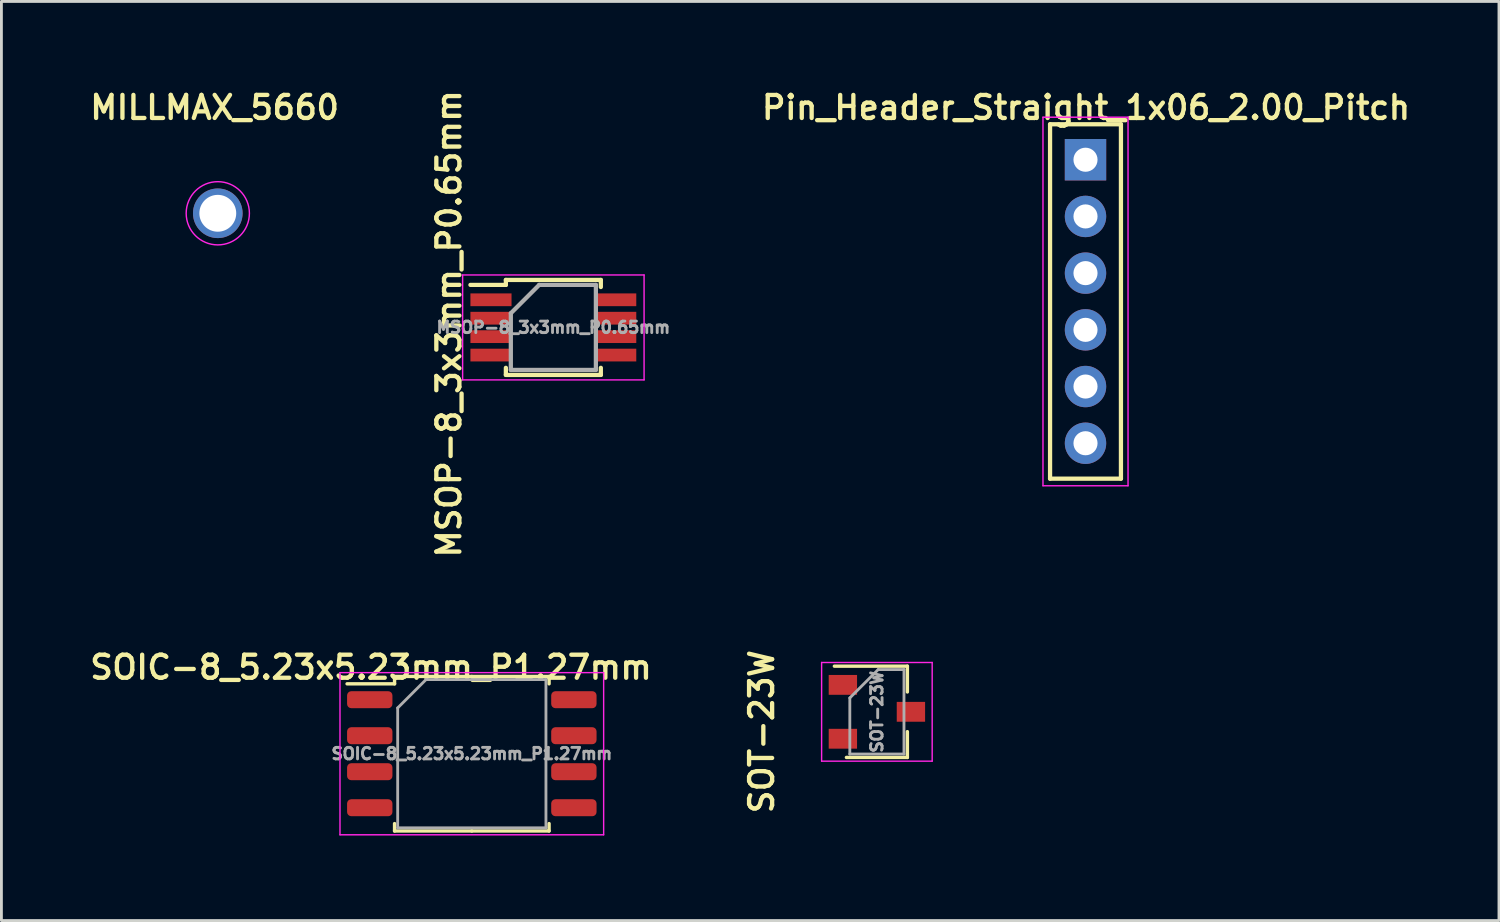
<source format=kicad_pcb>
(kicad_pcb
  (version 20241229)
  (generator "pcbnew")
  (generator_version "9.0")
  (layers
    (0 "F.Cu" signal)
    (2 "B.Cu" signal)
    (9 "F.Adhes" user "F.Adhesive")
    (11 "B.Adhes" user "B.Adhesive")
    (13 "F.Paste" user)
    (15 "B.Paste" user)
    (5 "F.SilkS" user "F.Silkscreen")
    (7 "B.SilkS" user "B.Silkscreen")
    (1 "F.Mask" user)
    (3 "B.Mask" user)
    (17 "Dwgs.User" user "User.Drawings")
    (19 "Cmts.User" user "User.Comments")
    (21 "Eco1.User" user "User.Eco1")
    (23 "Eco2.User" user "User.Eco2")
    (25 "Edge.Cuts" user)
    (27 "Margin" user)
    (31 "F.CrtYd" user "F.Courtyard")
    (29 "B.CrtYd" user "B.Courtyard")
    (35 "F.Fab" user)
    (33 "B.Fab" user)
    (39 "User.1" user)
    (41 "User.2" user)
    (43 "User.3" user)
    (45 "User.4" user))
  (footprint "Pin_Header_Straight_1x06_2.00_Pitch"
    (layer "F.Cu")
    (at 35.238 2.584)
    (property "Reference" "Pin_Header_Straight_1x06_2.00_Pitch" (at 0.019 -1.841 0) (layer "F.SilkS") (effects (font (size 0.813 0.813) (thickness 0.152))))
    (attr through_hole)
    (fp_line (start -1.25 -1.25) (end -1.25 11.25) (stroke (width 0.15) (type solid)) (layer "F.SilkS"))
    (fp_line (start -1.25 11.25) (end 1.25 11.25) (stroke (width 0.15) (type solid)) (layer "F.SilkS"))
    (fp_line (start 1.25 -1.25) (end -1.25 -1.25) (stroke (width 0.15) (type solid)) (layer "F.SilkS"))
    (fp_line (start 1.25 11.25) (end 1.25 -1.25) (stroke (width 0.15) (type solid)) (layer "F.SilkS"))
    (fp_line (start -1.5 -1.5) (end -1.5 11.5) (stroke (width 0.05) (type solid)) (layer "F.CrtYd"))
    (fp_line (start -1.5 11.5) (end 1.5 11.5) (stroke (width 0.05) (type solid)) (layer "F.CrtYd"))
    (fp_line (start 1.5 -1.5) (end -1.5 -1.5) (stroke (width 0.05) (type solid)) (layer "F.CrtYd"))
    (fp_line (start 1.5 11.5) (end 1.5 -1.5) (stroke (width 0.05) (type solid)) (layer "F.CrtYd"))
    (pad "1" thru_hole rect (at 0 0) (size 1.46 1.46) (drill 0.85) (layers "*.Cu" "*.Mask"))
    (pad "2" thru_hole circle (at 0 2) (size 1.46 1.46) (drill 0.85) (layers "*.Cu" "*.Mask"))
    (pad "3" thru_hole circle (at 0 4) (size 1.46 1.46) (drill 0.85) (layers "*.Cu" "*.Mask"))
    (pad "4" thru_hole circle (at 0 6) (size 1.46 1.46) (drill 0.85) (layers "*.Cu" "*.Mask"))
    (pad "5" thru_hole circle (at 0 8) (size 1.46 1.46) (drill 0.85) (layers "*.Cu" "*.Mask"))
    (pad "6" thru_hole circle (at 0 10) (size 1.46 1.46) (drill 0.85) (layers "*.Cu" "*.Mask")))
  (footprint "MILLMAX_5660"
    (layer "F.Cu")
    (at 4.632 4.473)
    (property "Reference" "MILLMAX_5660" (at -0.111 -3.731 0) (layer "F.SilkS") (effects (font (size 0.813 0.813) (thickness 0.152))))
    (attr through_hole)
    (fp_circle (center 0 0) (end 1.115 0) (stroke (width 0.05) (type solid)) (fill no) (layer "F.CrtYd"))
    (pad "1" thru_hole circle (at 0 0) (size 1.75 1.75) (drill 1.3) (layers "*.Cu" "*.Mask")))
  (footprint "SOT-23W"
    (layer "F.Cu")
    (at 27.88 22.057)
    (property "Reference" "SOT-23W" (at -4.064 0.699 90) (layer "F.SilkS") (effects (font (size 0.813 0.813) (thickness 0.152))))
    (attr smd)
    (fp_line (start -1.5 -1.61) (end 1.075 -1.61) (stroke (width 0.12) (type solid)) (layer "F.SilkS"))
    (fp_line (start -1.075 1.61) (end 1.075 1.61) (stroke (width 0.12) (type solid)) (layer "F.SilkS"))
    (fp_line (start 1.075 -1.61) (end 1.075 -0.7) (stroke (width 0.12) (type solid)) (layer "F.SilkS"))
    (fp_line (start 1.075 0.7) (end 1.075 1.61) (stroke (width 0.12) (type solid)) (layer "F.SilkS"))
    (fp_line (start -1.95 -1.74) (end 1.95 -1.74) (stroke (width 0.05) (type solid)) (layer "F.CrtYd"))
    (fp_line (start -1.95 1.74) (end -1.95 -1.74) (stroke (width 0.05) (type solid)) (layer "F.CrtYd"))
    (fp_line (start 1.95 -1.74) (end 1.95 1.74) (stroke (width 0.05) (type solid)) (layer "F.CrtYd"))
    (fp_line (start 1.95 1.74) (end -1.95 1.74) (stroke (width 0.05) (type solid)) (layer "F.CrtYd"))
    (fp_line (start -0.955 -0.49) (end -0.955 1.49) (stroke (width 0.1) (type solid)) (layer "F.Fab"))
    (fp_line (start -0.955 -0.49) (end 0.045 -1.49) (stroke (width 0.1) (type solid)) (layer "F.Fab"))
    (fp_line (start -0.955 1.49) (end 0.955 1.49) (stroke (width 0.1) (type solid)) (layer "F.Fab"))
    (fp_line (start 0.045 -1.49) (end 0.955 -1.49) (stroke (width 0.1) (type solid)) (layer "F.Fab"))
    (fp_line (start 0.955 -1.49) (end 0.955 1.49) (stroke (width 0.1) (type solid)) (layer "F.Fab"))
    (fp_text user "${REFERENCE}" (at 0 0 270) (layer "F.Fab") (effects (font (size 0.406 0.406) (thickness 0.102))))
    (pad "1" smd rect (at -1.2 -0.95) (size 1 0.7) (layers "F.Cu" "F.Mask" "F.Paste"))
    (pad "2" smd rect (at -1.2 0.95) (size 1 0.7) (layers "F.Cu" "F.Mask" "F.Paste"))
    (pad "3" smd rect (at 1.2 0) (size 1 0.7) (layers "F.Cu" "F.Mask" "F.Paste")))
  (footprint "SOIC-8_5.23x5.23mm_P1.27mm"
    (layer "F.Cu")
    (at 13.592 23.535)
    (property "Reference" "SOIC-8_5.23x5.23mm_P1.27mm" (at -3.556 -3.048 0) (layer "F.SilkS") (effects (font (size 0.813 0.813) (thickness 0.152))))
    (attr smd)
    (fp_line (start -2.725 -2.725) (end -2.725 -2.465) (stroke (width 0.12) (type solid)) (layer "F.SilkS"))
    (fp_line (start -2.725 -2.465) (end -4.4 -2.465) (stroke (width 0.12) (type solid)) (layer "F.SilkS"))
    (fp_line (start -2.725 2.725) (end -2.725 2.465) (stroke (width 0.12) (type solid)) (layer "F.SilkS"))
    (fp_line (start 0 -2.725) (end -2.725 -2.725) (stroke (width 0.12) (type solid)) (layer "F.SilkS"))
    (fp_line (start 0 -2.725) (end 2.725 -2.725) (stroke (width 0.12) (type solid)) (layer "F.SilkS"))
    (fp_line (start 0 2.725) (end -2.725 2.725) (stroke (width 0.12) (type solid)) (layer "F.SilkS"))
    (fp_line (start 0 2.725) (end 2.725 2.725) (stroke (width 0.12) (type solid)) (layer "F.SilkS"))
    (fp_line (start 2.725 -2.725) (end 2.725 -2.465) (stroke (width 0.12) (type solid)) (layer "F.SilkS"))
    (fp_line (start 2.725 2.725) (end 2.725 2.465) (stroke (width 0.12) (type solid)) (layer "F.SilkS"))
    (fp_line (start -4.65 -2.86) (end -4.65 2.86) (stroke (width 0.05) (type solid)) (layer "F.CrtYd"))
    (fp_line (start -4.65 2.86) (end 4.65 2.86) (stroke (width 0.05) (type solid)) (layer "F.CrtYd"))
    (fp_line (start 4.65 -2.86) (end -4.65 -2.86) (stroke (width 0.05) (type solid)) (layer "F.CrtYd"))
    (fp_line (start 4.65 2.86) (end 4.65 -2.86) (stroke (width 0.05) (type solid)) (layer "F.CrtYd"))
    (fp_line (start -2.615 -1.615) (end -1.615 -2.615) (stroke (width 0.1) (type solid)) (layer "F.Fab"))
    (fp_line (start -2.615 2.615) (end -2.615 -1.615) (stroke (width 0.1) (type solid)) (layer "F.Fab"))
    (fp_line (start -1.615 -2.615) (end 2.615 -2.615) (stroke (width 0.1) (type solid)) (layer "F.Fab"))
    (fp_line (start 2.615 -2.615) (end 2.615 2.615) (stroke (width 0.1) (type solid)) (layer "F.Fab"))
    (fp_line (start 2.615 2.615) (end -2.615 2.615) (stroke (width 0.1) (type solid)) (layer "F.Fab"))
    (fp_text user "${REFERENCE}" (at 0 0 0) (layer "F.Fab") (effects (font (size 0.406 0.406) (thickness 0.102))))
    (pad "1" smd roundrect (at -3.6 -1.905) (size 1.6 0.6) (layers "F.Cu" "F.Mask" "F.Paste") (roundrect_rratio 0.25))
    (pad "2" smd roundrect (at -3.6 -0.635) (size 1.6 0.6) (layers "F.Cu" "F.Mask" "F.Paste") (roundrect_rratio 0.25))
    (pad "3" smd roundrect (at -3.6 0.635) (size 1.6 0.6) (layers "F.Cu" "F.Mask" "F.Paste") (roundrect_rratio 0.25))
    (pad "4" smd roundrect (at -3.6 1.905) (size 1.6 0.6) (layers "F.Cu" "F.Mask" "F.Paste") (roundrect_rratio 0.25))
    (pad "5" smd roundrect (at 3.6 1.905) (size 1.6 0.6) (layers "F.Cu" "F.Mask" "F.Paste") (roundrect_rratio 0.25))
    (pad "6" smd roundrect (at 3.6 0.635) (size 1.6 0.6) (layers "F.Cu" "F.Mask" "F.Paste") (roundrect_rratio 0.25))
    (pad "7" smd roundrect (at 3.6 -0.635) (size 1.6 0.6) (layers "F.Cu" "F.Mask" "F.Paste") (roundrect_rratio 0.25))
    (pad "8" smd roundrect (at 3.6 -1.905) (size 1.6 0.6) (layers "F.Cu" "F.Mask" "F.Paste") (roundrect_rratio 0.25)))
  (footprint "MSOP-8_3x3mm_P0.65mm"
    (layer "F.Cu")
    (at 16.468 8.499)
    (property "Reference" "MSOP-8_3x3mm_P0.65mm" (at -3.683 -0.127 90) (layer "F.SilkS") (effects (font (size 0.813 0.813) (thickness 0.152))))
    (attr smd)
    (fp_line (start -1.675 -1.675) (end -1.675 -1.5) (stroke (width 0.15) (type solid)) (layer "F.SilkS"))
    (fp_line (start -1.675 -1.675) (end 1.675 -1.675) (stroke (width 0.15) (type solid)) (layer "F.SilkS"))
    (fp_line (start -1.675 -1.5) (end -2.925 -1.5) (stroke (width 0.15) (type solid)) (layer "F.SilkS"))
    (fp_line (start -1.675 1.675) (end -1.675 1.425) (stroke (width 0.15) (type solid)) (layer "F.SilkS"))
    (fp_line (start -1.675 1.675) (end 1.675 1.675) (stroke (width 0.15) (type solid)) (layer "F.SilkS"))
    (fp_line (start 1.675 -1.675) (end 1.675 -1.425) (stroke (width 0.15) (type solid)) (layer "F.SilkS"))
    (fp_line (start 1.675 1.675) (end 1.675 1.425) (stroke (width 0.15) (type solid)) (layer "F.SilkS"))
    (fp_line (start -3.2 -1.85) (end -3.2 1.85) (stroke (width 0.05) (type solid)) (layer "F.CrtYd"))
    (fp_line (start -3.2 -1.85) (end 3.2 -1.85) (stroke (width 0.05) (type solid)) (layer "F.CrtYd"))
    (fp_line (start -3.2 1.85) (end 3.2 1.85) (stroke (width 0.05) (type solid)) (layer "F.CrtYd"))
    (fp_line (start 3.2 -1.85) (end 3.2 1.85) (stroke (width 0.05) (type solid)) (layer "F.CrtYd"))
    (fp_line (start -1.5 -0.5) (end -0.5 -1.5) (stroke (width 0.15) (type solid)) (layer "F.Fab"))
    (fp_line (start -1.5 1.5) (end -1.5 -0.5) (stroke (width 0.15) (type solid)) (layer "F.Fab"))
    (fp_line (start -0.5 -1.5) (end 1.5 -1.5) (stroke (width 0.15) (type solid)) (layer "F.Fab"))
    (fp_line (start 1.5 -1.5) (end 1.5 1.5) (stroke (width 0.15) (type solid)) (layer "F.Fab"))
    (fp_line (start 1.5 1.5) (end -1.5 1.5) (stroke (width 0.15) (type solid)) (layer "F.Fab"))
    (fp_text user "${REFERENCE}" (at 0 0 180) (layer "F.Fab") (effects (font (size 0.406 0.406) (thickness 0.102))))
    (pad "1" smd rect (at -2.2 -0.975) (size 1.45 0.45) (layers "F.Cu" "F.Mask" "F.Paste"))
    (pad "2" smd rect (at -2.2 -0.325) (size 1.45 0.45) (layers "F.Cu" "F.Mask" "F.Paste"))
    (pad "3" smd rect (at -2.2 0.325) (size 1.45 0.45) (layers "F.Cu" "F.Mask" "F.Paste"))
    (pad "4" smd rect (at -2.2 0.975) (size 1.45 0.45) (layers "F.Cu" "F.Mask" "F.Paste"))
    (pad "5" smd rect (at 2.2 0.975) (size 1.45 0.45) (layers "F.Cu" "F.Mask" "F.Paste"))
    (pad "6" smd rect (at 2.2 0.325) (size 1.45 0.45) (layers "F.Cu" "F.Mask" "F.Paste"))
    (pad "7" smd rect (at 2.2 -0.325) (size 1.45 0.45) (layers "F.Cu" "F.Mask" "F.Paste"))
    (pad "8" smd rect (at 2.2 -0.975) (size 1.45 0.45) (layers "F.Cu" "F.Mask" "F.Paste")))
  (gr_rect
    (start -3 -3)
    (end 49.822 29.42)
    (stroke (width 0.1) (type default))
    (fill no)
    (layer "Edge.Cuts")))
</source>
